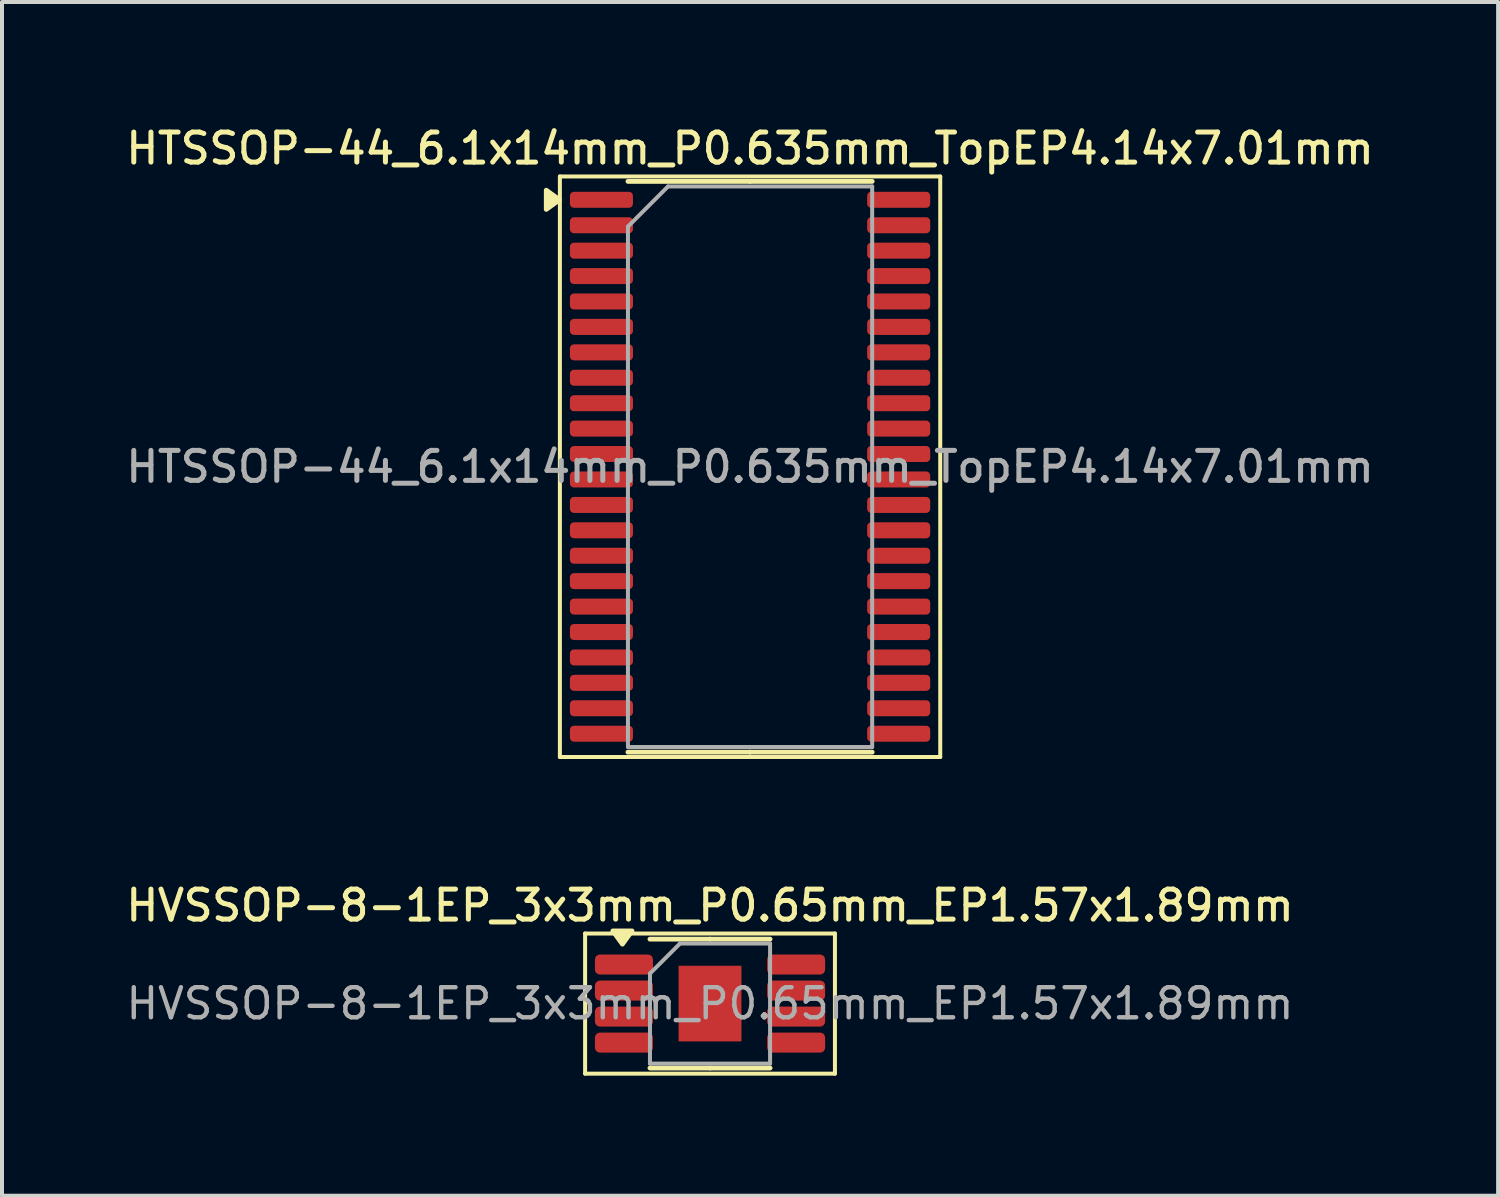
<source format=kicad_pcb>
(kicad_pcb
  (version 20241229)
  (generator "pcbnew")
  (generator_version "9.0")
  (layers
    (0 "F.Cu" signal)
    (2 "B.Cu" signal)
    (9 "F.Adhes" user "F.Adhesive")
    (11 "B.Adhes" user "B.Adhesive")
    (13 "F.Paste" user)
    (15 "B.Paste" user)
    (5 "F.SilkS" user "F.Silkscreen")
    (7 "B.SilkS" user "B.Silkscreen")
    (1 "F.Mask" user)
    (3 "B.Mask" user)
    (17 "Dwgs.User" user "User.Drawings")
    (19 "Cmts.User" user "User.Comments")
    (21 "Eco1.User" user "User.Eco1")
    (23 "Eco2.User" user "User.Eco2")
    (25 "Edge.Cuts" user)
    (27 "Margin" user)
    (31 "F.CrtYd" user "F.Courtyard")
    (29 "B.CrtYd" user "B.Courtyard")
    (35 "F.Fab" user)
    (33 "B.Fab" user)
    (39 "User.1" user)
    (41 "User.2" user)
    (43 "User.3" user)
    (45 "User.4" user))
  (footprint "HVSSOP-8-1EP_3x3mm_P0.65mm_EP1.57x1.89mm"
    (layer "F.Cu")
    (at 14.684 22.016)
    (property "Reference" "HVSSOP-8-1EP_3x3mm_P0.65mm_EP1.57x1.89mm" (at 0 -2.45 0) (layer "F.SilkS") (effects (font (size 0.75 0.75) (thickness 0.125))))
    (attr smd)
    (fp_line (start -3.12 -1.75) (end -3.12 1.75) (stroke (width 0.1) (type solid)) (layer "F.SilkS"))
    (fp_line (start -3.12 1.75) (end 3.12 1.75) (stroke (width 0.1) (type solid)) (layer "F.SilkS"))
    (fp_line (start 0 -1.61) (end -1.5 -1.61) (stroke (width 0.12) (type solid)) (layer "F.SilkS"))
    (fp_line (start 0 -1.61) (end 1.5 -1.61) (stroke (width 0.12) (type solid)) (layer "F.SilkS"))
    (fp_line (start 0 1.61) (end -1.5 1.61) (stroke (width 0.12) (type solid)) (layer "F.SilkS"))
    (fp_line (start 0 1.61) (end 1.5 1.61) (stroke (width 0.12) (type solid)) (layer "F.SilkS"))
    (fp_line (start 3.12 -1.75) (end -3.12 -1.75) (stroke (width 0.1) (type solid)) (layer "F.SilkS"))
    (fp_line (start 3.12 1.75) (end 3.12 -1.75) (stroke (width 0.1) (type solid)) (layer "F.SilkS"))
    (fp_poly (pts (xy -2.188 -1.485) (xy -2.428 -1.815) (xy -1.948 -1.815) (xy -2.188 -1.485)) (stroke (width 0.12) (type solid)) (fill yes) (layer "F.SilkS"))
    (fp_line (start -1.5 -0.75) (end -0.75 -1.5) (stroke (width 0.1) (type solid)) (layer "F.Fab"))
    (fp_line (start -1.5 1.5) (end -1.5 -0.75) (stroke (width 0.1) (type solid)) (layer "F.Fab"))
    (fp_line (start -0.75 -1.5) (end 1.5 -1.5) (stroke (width 0.1) (type solid)) (layer "F.Fab"))
    (fp_line (start 1.5 -1.5) (end 1.5 1.5) (stroke (width 0.1) (type solid)) (layer "F.Fab"))
    (fp_line (start 1.5 1.5) (end -1.5 1.5) (stroke (width 0.1) (type solid)) (layer "F.Fab"))
    (fp_text user "${REFERENCE}" (at 0 0 0) (layer "F.Fab") (effects (font (size 0.75 0.75) (thickness 0.11))))
    (pad "" smd roundrect (at -0.39 -0.47) (size 0.63 0.76) (layers "F.Paste") (roundrect_rratio 0.25))
    (pad "" smd roundrect (at -0.39 0.47) (size 0.63 0.76) (layers "F.Paste") (roundrect_rratio 0.25))
    (pad "" smd roundrect (at 0.39 -0.47) (size 0.63 0.76) (layers "F.Paste") (roundrect_rratio 0.25))
    (pad "" smd roundrect (at 0.39 0.47) (size 0.63 0.76) (layers "F.Paste") (roundrect_rratio 0.25))
    (pad "1" smd roundrect (at -2.15 -0.975) (size 1.45 0.5) (layers "F.Cu" "F.Mask" "F.Paste") (roundrect_rratio 0.25))
    (pad "2" smd roundrect (at -2.15 -0.325) (size 1.45 0.5) (layers "F.Cu" "F.Mask" "F.Paste") (roundrect_rratio 0.25))
    (pad "3" smd roundrect (at -2.15 0.325) (size 1.45 0.5) (layers "F.Cu" "F.Mask" "F.Paste") (roundrect_rratio 0.25))
    (pad "4" smd roundrect (at -2.15 0.975) (size 1.45 0.5) (layers "F.Cu" "F.Mask" "F.Paste") (roundrect_rratio 0.25))
    (pad "5" smd roundrect (at 2.15 0.975) (size 1.45 0.5) (layers "F.Cu" "F.Mask" "F.Paste") (roundrect_rratio 0.25))
    (pad "6" smd roundrect (at 2.15 0.325) (size 1.45 0.5) (layers "F.Cu" "F.Mask" "F.Paste") (roundrect_rratio 0.25))
    (pad "7" smd roundrect (at 2.15 -0.325) (size 1.45 0.5) (layers "F.Cu" "F.Mask" "F.Paste") (roundrect_rratio 0.25))
    (pad "8" smd roundrect (at 2.15 -0.975) (size 1.45 0.5) (layers "F.Cu" "F.Mask" "F.Paste") (roundrect_rratio 0.25))
    (pad "9" smd rect (at 0 0) (size 1.57 1.89) (property pad_prop_heatsink) (layers "F.Cu" "F.Mask")))
  (footprint "HTSSOP-44_6.1x14mm_P0.635mm_TopEP4.14x7.01mm"
    (layer "F.Cu")
    (at 15.684 8.608)
    (property "Reference" "HTSSOP-44_6.1x14mm_P0.635mm_TopEP4.14x7.01mm" (at 0 -7.95 0) (layer "F.SilkS") (effects (font (size 0.75 0.75) (thickness 0.125))))
    (attr smd)
    (fp_line (start -4.75 -7.25) (end -4.75 7.25) (stroke (width 0.1) (type solid)) (layer "F.SilkS"))
    (fp_line (start -4.75 7.25) (end 4.75 7.25) (stroke (width 0.1) (type solid)) (layer "F.SilkS"))
    (fp_line (start 0 -7.128) (end -3.05 -7.128) (stroke (width 0.12) (type solid)) (layer "F.SilkS"))
    (fp_line (start 0 -7.128) (end 3.05 -7.128) (stroke (width 0.12) (type solid)) (layer "F.SilkS"))
    (fp_line (start 0 7.128) (end -3.05 7.128) (stroke (width 0.12) (type solid)) (layer "F.SilkS"))
    (fp_line (start 0 7.128) (end 3.05 7.128) (stroke (width 0.12) (type solid)) (layer "F.SilkS"))
    (fp_line (start 4.75 -7.25) (end -4.75 -7.25) (stroke (width 0.1) (type solid)) (layer "F.SilkS"))
    (fp_line (start 4.75 7.25) (end 4.75 -7.25) (stroke (width 0.1) (type solid)) (layer "F.SilkS"))
    (fp_poly (pts (xy -4.76 -6.668) (xy -5.09 -6.907) (xy -5.09 -6.428) (xy -4.76 -6.668)) (stroke (width 0.12) (type solid)) (fill yes) (layer "F.SilkS"))
    (fp_line (start -3.05 -6) (end -2.05 -7) (stroke (width 0.1) (type solid)) (layer "F.Fab"))
    (fp_line (start -3.05 7) (end -3.05 -6) (stroke (width 0.1) (type solid)) (layer "F.Fab"))
    (fp_line (start -2.05 -7) (end 3.05 -7) (stroke (width 0.1) (type solid)) (layer "F.Fab"))
    (fp_line (start 3.05 -7) (end 3.05 7) (stroke (width 0.1) (type solid)) (layer "F.Fab"))
    (fp_line (start 3.05 7) (end -3.05 7) (stroke (width 0.1) (type solid)) (layer "F.Fab"))
    (fp_text user "${REFERENCE}" (at 0 0 0) (layer "F.Fab") (effects (font (size 0.75 0.75) (thickness 0.125))))
    (pad "1" smd roundrect (at -3.712 -6.668) (size 1.575 0.4) (layers "F.Cu" "F.Mask" "F.Paste") (roundrect_rratio 0.25))
    (pad "2" smd roundrect (at -3.712 -6.032) (size 1.575 0.4) (layers "F.Cu" "F.Mask" "F.Paste") (roundrect_rratio 0.25))
    (pad "3" smd roundrect (at -3.712 -5.397) (size 1.575 0.4) (layers "F.Cu" "F.Mask" "F.Paste") (roundrect_rratio 0.25))
    (pad "4" smd roundrect (at -3.712 -4.763) (size 1.575 0.4) (layers "F.Cu" "F.Mask" "F.Paste") (roundrect_rratio 0.25))
    (pad "5" smd roundrect (at -3.712 -4.128) (size 1.575 0.4) (layers "F.Cu" "F.Mask" "F.Paste") (roundrect_rratio 0.25))
    (pad "6" smd roundrect (at -3.712 -3.493) (size 1.575 0.4) (layers "F.Cu" "F.Mask" "F.Paste") (roundrect_rratio 0.25))
    (pad "7" smd roundrect (at -3.712 -2.857) (size 1.575 0.4) (layers "F.Cu" "F.Mask" "F.Paste") (roundrect_rratio 0.25))
    (pad "8" smd roundrect (at -3.712 -2.223) (size 1.575 0.4) (layers "F.Cu" "F.Mask" "F.Paste") (roundrect_rratio 0.25))
    (pad "9" smd roundrect (at -3.712 -1.587) (size 1.575 0.4) (layers "F.Cu" "F.Mask" "F.Paste") (roundrect_rratio 0.25))
    (pad "10" smd roundrect (at -3.712 -0.953) (size 1.575 0.4) (layers "F.Cu" "F.Mask" "F.Paste") (roundrect_rratio 0.25))
    (pad "11" smd roundrect (at -3.712 -0.318) (size 1.575 0.4) (layers "F.Cu" "F.Mask" "F.Paste") (roundrect_rratio 0.25))
    (pad "12" smd roundrect (at -3.712 0.318) (size 1.575 0.4) (layers "F.Cu" "F.Mask" "F.Paste") (roundrect_rratio 0.25))
    (pad "13" smd roundrect (at -3.712 0.953) (size 1.575 0.4) (layers "F.Cu" "F.Mask" "F.Paste") (roundrect_rratio 0.25))
    (pad "14" smd roundrect (at -3.712 1.587) (size 1.575 0.4) (layers "F.Cu" "F.Mask" "F.Paste") (roundrect_rratio 0.25))
    (pad "15" smd roundrect (at -3.712 2.223) (size 1.575 0.4) (layers "F.Cu" "F.Mask" "F.Paste") (roundrect_rratio 0.25))
    (pad "16" smd roundrect (at -3.712 2.857) (size 1.575 0.4) (layers "F.Cu" "F.Mask" "F.Paste") (roundrect_rratio 0.25))
    (pad "17" smd roundrect (at -3.712 3.493) (size 1.575 0.4) (layers "F.Cu" "F.Mask" "F.Paste") (roundrect_rratio 0.25))
    (pad "18" smd roundrect (at -3.712 4.128) (size 1.575 0.4) (layers "F.Cu" "F.Mask" "F.Paste") (roundrect_rratio 0.25))
    (pad "19" smd roundrect (at -3.712 4.763) (size 1.575 0.4) (layers "F.Cu" "F.Mask" "F.Paste") (roundrect_rratio 0.25))
    (pad "20" smd roundrect (at -3.712 5.397) (size 1.575 0.4) (layers "F.Cu" "F.Mask" "F.Paste") (roundrect_rratio 0.25))
    (pad "21" smd roundrect (at -3.712 6.032) (size 1.575 0.4) (layers "F.Cu" "F.Mask" "F.Paste") (roundrect_rratio 0.25))
    (pad "22" smd roundrect (at -3.712 6.668) (size 1.575 0.4) (layers "F.Cu" "F.Mask" "F.Paste") (roundrect_rratio 0.25))
    (pad "23" smd roundrect (at 3.712 6.668) (size 1.575 0.4) (layers "F.Cu" "F.Mask" "F.Paste") (roundrect_rratio 0.25))
    (pad "24" smd roundrect (at 3.712 6.032) (size 1.575 0.4) (layers "F.Cu" "F.Mask" "F.Paste") (roundrect_rratio 0.25))
    (pad "25" smd roundrect (at 3.712 5.397) (size 1.575 0.4) (layers "F.Cu" "F.Mask" "F.Paste") (roundrect_rratio 0.25))
    (pad "26" smd roundrect (at 3.712 4.763) (size 1.575 0.4) (layers "F.Cu" "F.Mask" "F.Paste") (roundrect_rratio 0.25))
    (pad "27" smd roundrect (at 3.712 4.128) (size 1.575 0.4) (layers "F.Cu" "F.Mask" "F.Paste") (roundrect_rratio 0.25))
    (pad "28" smd roundrect (at 3.712 3.493) (size 1.575 0.4) (layers "F.Cu" "F.Mask" "F.Paste") (roundrect_rratio 0.25))
    (pad "29" smd roundrect (at 3.712 2.857) (size 1.575 0.4) (layers "F.Cu" "F.Mask" "F.Paste") (roundrect_rratio 0.25))
    (pad "30" smd roundrect (at 3.712 2.223) (size 1.575 0.4) (layers "F.Cu" "F.Mask" "F.Paste") (roundrect_rratio 0.25))
    (pad "31" smd roundrect (at 3.712 1.587) (size 1.575 0.4) (layers "F.Cu" "F.Mask" "F.Paste") (roundrect_rratio 0.25))
    (pad "32" smd roundrect (at 3.712 0.953) (size 1.575 0.4) (layers "F.Cu" "F.Mask" "F.Paste") (roundrect_rratio 0.25))
    (pad "33" smd roundrect (at 3.712 0.318) (size 1.575 0.4) (layers "F.Cu" "F.Mask" "F.Paste") (roundrect_rratio 0.25))
    (pad "34" smd roundrect (at 3.712 -0.318) (size 1.575 0.4) (layers "F.Cu" "F.Mask" "F.Paste") (roundrect_rratio 0.25))
    (pad "35" smd roundrect (at 3.712 -0.953) (size 1.575 0.4) (layers "F.Cu" "F.Mask" "F.Paste") (roundrect_rratio 0.25))
    (pad "36" smd roundrect (at 3.712 -1.587) (size 1.575 0.4) (layers "F.Cu" "F.Mask" "F.Paste") (roundrect_rratio 0.25))
    (pad "37" smd roundrect (at 3.712 -2.223) (size 1.575 0.4) (layers "F.Cu" "F.Mask" "F.Paste") (roundrect_rratio 0.25))
    (pad "38" smd roundrect (at 3.712 -2.857) (size 1.575 0.4) (layers "F.Cu" "F.Mask" "F.Paste") (roundrect_rratio 0.25))
    (pad "39" smd roundrect (at 3.712 -3.493) (size 1.575 0.4) (layers "F.Cu" "F.Mask" "F.Paste") (roundrect_rratio 0.25))
    (pad "40" smd roundrect (at 3.712 -4.128) (size 1.575 0.4) (layers "F.Cu" "F.Mask" "F.Paste") (roundrect_rratio 0.25))
    (pad "41" smd roundrect (at 3.712 -4.763) (size 1.575 0.4) (layers "F.Cu" "F.Mask" "F.Paste") (roundrect_rratio 0.25))
    (pad "42" smd roundrect (at 3.712 -5.397) (size 1.575 0.4) (layers "F.Cu" "F.Mask" "F.Paste") (roundrect_rratio 0.25))
    (pad "43" smd roundrect (at 3.712 -6.032) (size 1.575 0.4) (layers "F.Cu" "F.Mask" "F.Paste") (roundrect_rratio 0.25))
    (pad "44" smd roundrect (at 3.712 -6.668) (size 1.575 0.4) (layers "F.Cu" "F.Mask" "F.Paste") (roundrect_rratio 0.25)))
  (gr_rect
    (start -3 -3)
    (end 34.368 26.816)
    (stroke (width 0.1) (type default))
    (fill no)
    (layer "Edge.Cuts")))
</source>
